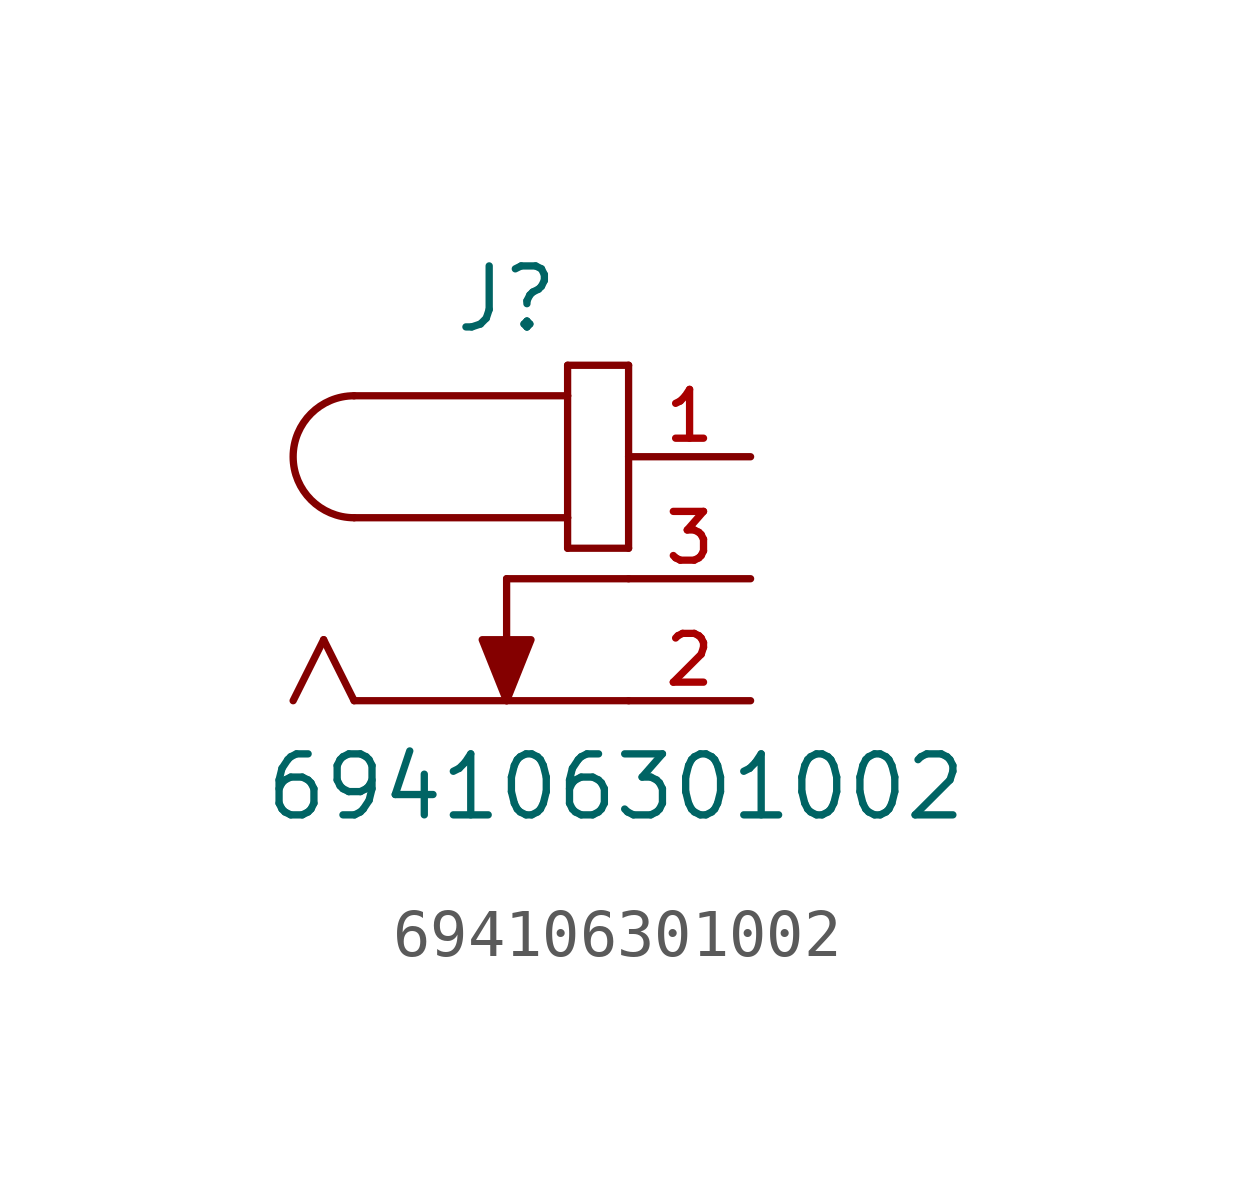
<source format=kicad_sym>
(kicad_symbol_lib
  (version 20211014)
  (generator kicad_symbol_editor)
  (symbol "694106301002"
    (pin_names
      (offset 1.016))
    (property "Reference" "J"
      (at 0.0 2.54 0)
      (effects (font (size 1.27 1.27)) (justify bottom)))
    (property "Value" "694106301002"
      (at -5.08 -7.62 0)
      (effects (font (size 1.27 1.27)) (justify bottom left)))
    (symbol "694106301002_0_0"
      (arc (start -3.175 1.27) (mid -4.445 -0.0) (end -3.175 -1.27) (stroke (width 0.1524) (type default) (color 0 0 0 0)) (fill (type none)))
      (polyline (pts (xy -3.175 1.27) (xy 1.27 1.27)) (stroke (width 0.152)))
      (polyline (pts (xy 1.27 1.27) (xy 1.27 -1.27)) (stroke (width 0.152)))
      (polyline (pts (xy 1.27 -1.27) (xy -3.175 -1.27)) (stroke (width 0.152)))
      (polyline (pts (xy 1.27 -1.27) (xy 1.27 -1.905)) (stroke (width 0.152)))
      (polyline (pts (xy 1.27 -1.905) (xy 2.54 -1.905)) (stroke (width 0.152)))
      (polyline (pts (xy 2.54 -1.905) (xy 2.54 1.905)) (stroke (width 0.152)))
      (polyline (pts (xy 2.54 1.905) (xy 1.27 1.905)) (stroke (width 0.152)))
      (polyline (pts (xy 1.27 1.905) (xy 1.27 1.27)) (stroke (width 0.152)))
      (polyline (pts (xy 2.54 -5.08) (xy -3.175 -5.08)) (stroke (width 0.152)))
      (polyline (pts (xy -3.175 -5.08) (xy -3.81 -3.81)) (stroke (width 0.152)))
      (polyline (pts (xy -3.81 -3.81) (xy -4.445 -5.08)) (stroke (width 0.152)))
      (polyline (pts (xy 0.0 -2.54) (xy 0.0 -5.08)) (stroke (width 0.152)))
      (polyline (pts (xy 0.0 -2.54) (xy 2.54 -2.54)) (stroke (width 0.152)))
      (polyline (pts (xy 0.0 -5.08) (xy -0.508 -3.81) (xy 0.508 -3.81) (xy 0.0 -5.08)) (stroke (width 0.152)) (fill (type outline)))
      (pin passive line (at 5.08 0.0 180.0) (length 2.54) (name "~" (effects (font (size 1.016 1.016)))) (number "1" (effects (font (size 1.016 1.016)))))
      (pin passive line (at 5.08 -5.08 180.0) (length 2.54) (name "~" (effects (font (size 1.016 1.016)))) (number "2" (effects (font (size 1.016 1.016)))))
      (pin passive line (at 5.08 -2.54 180.0) (length 2.54) (name "~" (effects (font (size 1.016 1.016)))) (number "3" (effects (font (size 1.016 1.016))))))))
</source>
